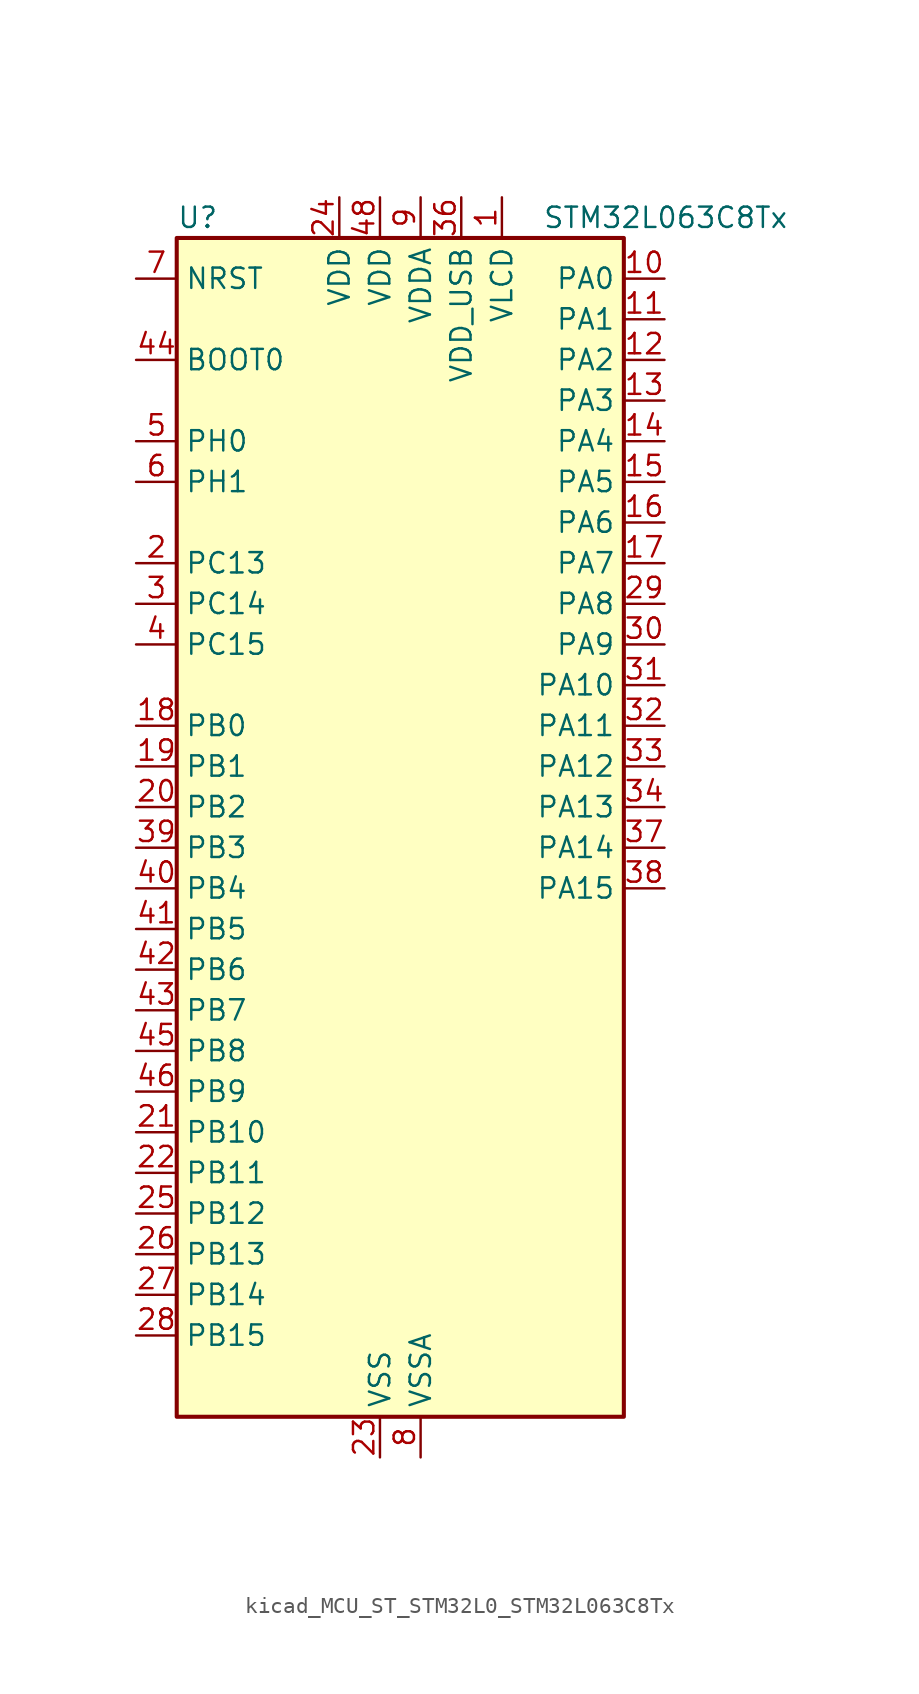
<source format=kicad_sym>
(kicad_symbol_lib
  (version 20220914)
  (generator kicad_symbol_editor)
  (symbol "kicad_MCU_ST_STM32L0_STM32L063C8Tx"
    (property "Reference" "U"
      (at -12.7 39.37 0)
      (effects (font (size 1.27 1.27)) (justify left)))
    (property "Value" "STM32L063C8Tx"
      (at 10.16 39.37 0)
      (effects (font (size 1.27 1.27)) (justify left)))
    (property "ki_locked" ""
      (at 0 0 0)
      (effects (font (size 1.27 1.27))))
    (symbol "kicad_MCU_ST_STM32L0_STM32L063C8Tx_0_1"
      (rectangle (start -12.7 -35.56) (end 15.24 38.1) (stroke (width 0.254) (type default)) (fill (type background))))
    (symbol "kicad_MCU_ST_STM32L0_STM32L063C8Tx_1_1"
      (pin power_in line (at 7.62 40.64 270) (length 2.54) (name "VLCD" (effects (font (size 1.27 1.27)))) (number "1" (effects (font (size 1.27 1.27)))))
      (pin bidirectional line (at 17.78 35.56 180) (length 2.54) (name "PA0" (effects (font (size 1.27 1.27)))) (number "10" (effects (font (size 1.27 1.27)))) (alternate "ADC_IN0" bidirectional line) (alternate "COMP1_INM" bidirectional line) (alternate "COMP1_OUT" bidirectional line) (alternate "RTC_TAMP2" bidirectional line) (alternate "SYS_WKUP1" bidirectional line) (alternate "TIM2_CH1" bidirectional line) (alternate "TIM2_ETR" bidirectional line) (alternate "TSC_G1_IO1" bidirectional line) (alternate "USART2_CTS" bidirectional line))
      (pin bidirectional line (at 17.78 33.02 180) (length 2.54) (name "PA1" (effects (font (size 1.27 1.27)))) (number "11" (effects (font (size 1.27 1.27)))) (alternate "ADC_IN1" bidirectional line) (alternate "COMP1_INP" bidirectional line) (alternate "LCD_SEG0" bidirectional line) (alternate "TIM21_ETR" bidirectional line) (alternate "TIM2_CH2" bidirectional line) (alternate "TSC_G1_IO2" bidirectional line) (alternate "USART2_DE" bidirectional line) (alternate "USART2_RTS" bidirectional line))
      (pin bidirectional line (at 17.78 30.48 180) (length 2.54) (name "PA2" (effects (font (size 1.27 1.27)))) (number "12" (effects (font (size 1.27 1.27)))) (alternate "ADC_IN2" bidirectional line) (alternate "COMP2_INM" bidirectional line) (alternate "COMP2_OUT" bidirectional line) (alternate "LCD_SEG1" bidirectional line) (alternate "TIM21_CH1" bidirectional line) (alternate "TIM2_CH3" bidirectional line) (alternate "TSC_G1_IO3" bidirectional line) (alternate "USART2_TX" bidirectional line))
      (pin bidirectional line (at 17.78 27.94 180) (length 2.54) (name "PA3" (effects (font (size 1.27 1.27)))) (number "13" (effects (font (size 1.27 1.27)))) (alternate "ADC_IN3" bidirectional line) (alternate "COMP2_INP" bidirectional line) (alternate "LCD_SEG2" bidirectional line) (alternate "TIM21_CH2" bidirectional line) (alternate "TIM2_CH4" bidirectional line) (alternate "TSC_G1_IO4" bidirectional line) (alternate "USART2_RX" bidirectional line))
      (pin bidirectional line (at 17.78 25.4 180) (length 2.54) (name "PA4" (effects (font (size 1.27 1.27)))) (number "14" (effects (font (size 1.27 1.27)))) (alternate "ADC_IN4" bidirectional line) (alternate "COMP1_INM" bidirectional line) (alternate "COMP2_INM" bidirectional line) (alternate "DAC_OUT1" bidirectional line) (alternate "SPI1_NSS" bidirectional line) (alternate "TIM22_ETR" bidirectional line) (alternate "TSC_G2_IO1" bidirectional line) (alternate "USART2_CK" bidirectional line))
      (pin bidirectional line (at 17.78 22.86 180) (length 2.54) (name "PA5" (effects (font (size 1.27 1.27)))) (number "15" (effects (font (size 1.27 1.27)))) (alternate "ADC_IN5" bidirectional line) (alternate "COMP1_INM" bidirectional line) (alternate "COMP2_INM" bidirectional line) (alternate "SPI1_SCK" bidirectional line) (alternate "TIM2_CH1" bidirectional line) (alternate "TIM2_ETR" bidirectional line) (alternate "TSC_G2_IO2" bidirectional line))
      (pin bidirectional line (at 17.78 20.32 180) (length 2.54) (name "PA6" (effects (font (size 1.27 1.27)))) (number "16" (effects (font (size 1.27 1.27)))) (alternate "ADC_IN6" bidirectional line) (alternate "COMP1_OUT" bidirectional line) (alternate "LCD_SEG3" bidirectional line) (alternate "LPUART1_CTS" bidirectional line) (alternate "SPI1_MISO" bidirectional line) (alternate "TIM22_CH1" bidirectional line) (alternate "TSC_G2_IO3" bidirectional line))
      (pin bidirectional line (at 17.78 17.78 180) (length 2.54) (name "PA7" (effects (font (size 1.27 1.27)))) (number "17" (effects (font (size 1.27 1.27)))) (alternate "ADC_IN7" bidirectional line) (alternate "COMP2_OUT" bidirectional line) (alternate "LCD_SEG4" bidirectional line) (alternate "SPI1_MOSI" bidirectional line) (alternate "TIM22_CH2" bidirectional line) (alternate "TSC_G2_IO4" bidirectional line))
      (pin bidirectional line (at -15.24 7.62 0) (length 2.54) (name "PB0" (effects (font (size 1.27 1.27)))) (number "18" (effects (font (size 1.27 1.27)))) (alternate "ADC_IN8" bidirectional line) (alternate "LCD_SEG5" bidirectional line) (alternate "LCD_VLCD3" bidirectional line) (alternate "SYS_VREF_OUT_PB0" bidirectional line) (alternate "TSC_G3_IO2" bidirectional line))
      (pin bidirectional line (at -15.24 5.08 0) (length 2.54) (name "PB1" (effects (font (size 1.27 1.27)))) (number "19" (effects (font (size 1.27 1.27)))) (alternate "ADC_IN9" bidirectional line) (alternate "LCD_SEG6" bidirectional line) (alternate "LPUART1_DE" bidirectional line) (alternate "LPUART1_RTS" bidirectional line) (alternate "SYS_VREF_OUT_PB1" bidirectional line) (alternate "TSC_G3_IO3" bidirectional line))
      (pin bidirectional line (at -15.24 17.78 0) (length 2.54) (name "PC13" (effects (font (size 1.27 1.27)))) (number "2" (effects (font (size 1.27 1.27)))) (alternate "RTC_OUT_ALARM" bidirectional line) (alternate "RTC_OUT_CALIB" bidirectional line) (alternate "RTC_TAMP1" bidirectional line) (alternate "RTC_TS" bidirectional line) (alternate "SYS_WKUP2" bidirectional line))
      (pin bidirectional line (at -15.24 2.54 0) (length 2.54) (name "PB2" (effects (font (size 1.27 1.27)))) (number "20" (effects (font (size 1.27 1.27)))) (alternate "LCD_VLCD1" bidirectional line) (alternate "LPTIM1_OUT" bidirectional line) (alternate "TSC_G3_IO4" bidirectional line))
      (pin bidirectional line (at -15.24 -17.78 0) (length 2.54) (name "PB10" (effects (font (size 1.27 1.27)))) (number "21" (effects (font (size 1.27 1.27)))) (alternate "I2C2_SCL" bidirectional line) (alternate "LCD_SEG10" bidirectional line) (alternate "LPUART1_TX" bidirectional line) (alternate "SPI2_SCK" bidirectional line) (alternate "TIM2_CH3" bidirectional line) (alternate "TSC_SYNC" bidirectional line))
      (pin bidirectional line (at -15.24 -20.32 0) (length 2.54) (name "PB11" (effects (font (size 1.27 1.27)))) (number "22" (effects (font (size 1.27 1.27)))) (alternate "ADC_EXTI11" bidirectional line) (alternate "I2C2_SDA" bidirectional line) (alternate "LCD_SEG11" bidirectional line) (alternate "LPUART1_RX" bidirectional line) (alternate "TIM2_CH4" bidirectional line) (alternate "TSC_G6_IO1" bidirectional line))
      (pin power_in line (at 0 -38.1 90) (length 2.54) (name "VSS" (effects (font (size 1.27 1.27)))) (number "23" (effects (font (size 1.27 1.27)))))
      (pin power_in line (at -2.54 40.64 270) (length 2.54) (name "VDD" (effects (font (size 1.27 1.27)))) (number "24" (effects (font (size 1.27 1.27)))))
      (pin bidirectional line (at -15.24 -22.86 0) (length 2.54) (name "PB12" (effects (font (size 1.27 1.27)))) (number "25" (effects (font (size 1.27 1.27)))) (alternate "I2S2_WS" bidirectional line) (alternate "LCD_SEG12" bidirectional line) (alternate "LCD_VLCD2" bidirectional line) (alternate "LPUART1_DE" bidirectional line) (alternate "LPUART1_RTS" bidirectional line) (alternate "SPI2_NSS" bidirectional line) (alternate "TSC_G6_IO2" bidirectional line))
      (pin bidirectional line (at -15.24 -25.4 0) (length 2.54) (name "PB13" (effects (font (size 1.27 1.27)))) (number "26" (effects (font (size 1.27 1.27)))) (alternate "I2C2_SCL" bidirectional line) (alternate "I2S2_CK" bidirectional line) (alternate "LCD_SEG13" bidirectional line) (alternate "LPUART1_CTS" bidirectional line) (alternate "SPI2_SCK" bidirectional line) (alternate "TIM21_CH1" bidirectional line) (alternate "TSC_G6_IO3" bidirectional line))
      (pin bidirectional line (at -15.24 -27.94 0) (length 2.54) (name "PB14" (effects (font (size 1.27 1.27)))) (number "27" (effects (font (size 1.27 1.27)))) (alternate "I2C2_SDA" bidirectional line) (alternate "I2S2_MCK" bidirectional line) (alternate "LCD_SEG14" bidirectional line) (alternate "LPUART1_DE" bidirectional line) (alternate "LPUART1_RTS" bidirectional line) (alternate "RTC_OUT_ALARM" bidirectional line) (alternate "RTC_OUT_CALIB" bidirectional line) (alternate "SPI2_MISO" bidirectional line) (alternate "TIM21_CH2" bidirectional line) (alternate "TSC_G6_IO4" bidirectional line))
      (pin bidirectional line (at -15.24 -30.48 0) (length 2.54) (name "PB15" (effects (font (size 1.27 1.27)))) (number "28" (effects (font (size 1.27 1.27)))) (alternate "I2S2_SD" bidirectional line) (alternate "LCD_SEG15" bidirectional line) (alternate "RTC_REFIN" bidirectional line) (alternate "SPI2_MOSI" bidirectional line))
      (pin bidirectional line (at 17.78 15.24 180) (length 2.54) (name "PA8" (effects (font (size 1.27 1.27)))) (number "29" (effects (font (size 1.27 1.27)))) (alternate "CRS_SYNC" bidirectional line) (alternate "LCD_COM0" bidirectional line) (alternate "RCC_MCO" bidirectional line) (alternate "USART1_CK" bidirectional line))
      (pin bidirectional line (at -15.24 15.24 0) (length 2.54) (name "PC14" (effects (font (size 1.27 1.27)))) (number "3" (effects (font (size 1.27 1.27)))) (alternate "RCC_OSC32_IN" bidirectional line))
      (pin bidirectional line (at 17.78 12.7 180) (length 2.54) (name "PA9" (effects (font (size 1.27 1.27)))) (number "30" (effects (font (size 1.27 1.27)))) (alternate "DAC_EXTI9" bidirectional line) (alternate "LCD_COM1" bidirectional line) (alternate "RCC_MCO" bidirectional line) (alternate "TSC_G4_IO1" bidirectional line) (alternate "USART1_TX" bidirectional line))
      (pin bidirectional line (at 17.78 10.16 180) (length 2.54) (name "PA10" (effects (font (size 1.27 1.27)))) (number "31" (effects (font (size 1.27 1.27)))) (alternate "LCD_COM2" bidirectional line) (alternate "TSC_G4_IO2" bidirectional line) (alternate "USART1_RX" bidirectional line))
      (pin bidirectional line (at 17.78 7.62 180) (length 2.54) (name "PA11" (effects (font (size 1.27 1.27)))) (number "32" (effects (font (size 1.27 1.27)))) (alternate "ADC_EXTI11" bidirectional line) (alternate "COMP1_OUT" bidirectional line) (alternate "SPI1_MISO" bidirectional line) (alternate "TSC_G4_IO3" bidirectional line) (alternate "USART1_CTS" bidirectional line) (alternate "USB_DM" bidirectional line))
      (pin bidirectional line (at 17.78 5.08 180) (length 2.54) (name "PA12" (effects (font (size 1.27 1.27)))) (number "33" (effects (font (size 1.27 1.27)))) (alternate "COMP2_OUT" bidirectional line) (alternate "SPI1_MOSI" bidirectional line) (alternate "TSC_G4_IO4" bidirectional line) (alternate "USART1_DE" bidirectional line) (alternate "USART1_RTS" bidirectional line) (alternate "USB_DP" bidirectional line))
      (pin bidirectional line (at 17.78 2.54 180) (length 2.54) (name "PA13" (effects (font (size 1.27 1.27)))) (number "34" (effects (font (size 1.27 1.27)))) (alternate "SYS_SWDIO" bidirectional line) (alternate "USB_NOE" bidirectional line))
      (pin passive line (at 0 -38.1 90) (length 2.54) hide (name "VSS" (effects (font (size 1.27 1.27)))) (number "35" (effects (font (size 1.27 1.27)))))
      (pin power_in line (at 5.08 40.64 270) (length 2.54) (name "VDD_USB" (effects (font (size 1.27 1.27)))) (number "36" (effects (font (size 1.27 1.27)))))
      (pin bidirectional line (at 17.78 0 180) (length 2.54) (name "PA14" (effects (font (size 1.27 1.27)))) (number "37" (effects (font (size 1.27 1.27)))) (alternate "SYS_SWCLK" bidirectional line) (alternate "USART2_TX" bidirectional line))
      (pin bidirectional line (at 17.78 -2.54 180) (length 2.54) (name "PA15" (effects (font (size 1.27 1.27)))) (number "38" (effects (font (size 1.27 1.27)))) (alternate "LCD_SEG17" bidirectional line) (alternate "SPI1_NSS" bidirectional line) (alternate "TIM2_CH1" bidirectional line) (alternate "TIM2_ETR" bidirectional line) (alternate "USART2_RX" bidirectional line))
      (pin bidirectional line (at -15.24 0 0) (length 2.54) (name "PB3" (effects (font (size 1.27 1.27)))) (number "39" (effects (font (size 1.27 1.27)))) (alternate "COMP2_INM" bidirectional line) (alternate "LCD_SEG7" bidirectional line) (alternate "SPI1_SCK" bidirectional line) (alternate "TIM2_CH2" bidirectional line) (alternate "TSC_G5_IO1" bidirectional line))
      (pin bidirectional line (at -15.24 12.7 0) (length 2.54) (name "PC15" (effects (font (size 1.27 1.27)))) (number "4" (effects (font (size 1.27 1.27)))) (alternate "RCC_OSC32_OUT" bidirectional line))
      (pin bidirectional line (at -15.24 -2.54 0) (length 2.54) (name "PB4" (effects (font (size 1.27 1.27)))) (number "40" (effects (font (size 1.27 1.27)))) (alternate "COMP2_INP" bidirectional line) (alternate "LCD_SEG8" bidirectional line) (alternate "SPI1_MISO" bidirectional line) (alternate "TIM22_CH1" bidirectional line) (alternate "TSC_G5_IO2" bidirectional line))
      (pin bidirectional line (at -15.24 -5.08 0) (length 2.54) (name "PB5" (effects (font (size 1.27 1.27)))) (number "41" (effects (font (size 1.27 1.27)))) (alternate "COMP2_INP" bidirectional line) (alternate "I2C1_SMBA" bidirectional line) (alternate "LCD_SEG9" bidirectional line) (alternate "LPTIM1_IN1" bidirectional line) (alternate "SPI1_MOSI" bidirectional line) (alternate "TIM22_CH2" bidirectional line))
      (pin bidirectional line (at -15.24 -7.62 0) (length 2.54) (name "PB6" (effects (font (size 1.27 1.27)))) (number "42" (effects (font (size 1.27 1.27)))) (alternate "COMP2_INP" bidirectional line) (alternate "I2C1_SCL" bidirectional line) (alternate "LPTIM1_ETR" bidirectional line) (alternate "TSC_G5_IO3" bidirectional line) (alternate "USART1_TX" bidirectional line))
      (pin bidirectional line (at -15.24 -10.16 0) (length 2.54) (name "PB7" (effects (font (size 1.27 1.27)))) (number "43" (effects (font (size 1.27 1.27)))) (alternate "COMP2_INP" bidirectional line) (alternate "I2C1_SDA" bidirectional line) (alternate "LPTIM1_IN2" bidirectional line) (alternate "SYS_PVD_IN" bidirectional line) (alternate "TSC_G5_IO4" bidirectional line) (alternate "USART1_RX" bidirectional line))
      (pin input line (at -15.24 30.48 0) (length 2.54) (name "BOOT0" (effects (font (size 1.27 1.27)))) (number "44" (effects (font (size 1.27 1.27)))))
      (pin bidirectional line (at -15.24 -12.7 0) (length 2.54) (name "PB8" (effects (font (size 1.27 1.27)))) (number "45" (effects (font (size 1.27 1.27)))) (alternate "I2C1_SCL" bidirectional line) (alternate "LCD_SEG16" bidirectional line) (alternate "TSC_SYNC" bidirectional line))
      (pin bidirectional line (at -15.24 -15.24 0) (length 2.54) (name "PB9" (effects (font (size 1.27 1.27)))) (number "46" (effects (font (size 1.27 1.27)))) (alternate "DAC_EXTI9" bidirectional line) (alternate "I2C1_SDA" bidirectional line) (alternate "I2S2_WS" bidirectional line) (alternate "LCD_COM3" bidirectional line) (alternate "SPI2_NSS" bidirectional line))
      (pin passive line (at 0 -38.1 90) (length 2.54) hide (name "VSS" (effects (font (size 1.27 1.27)))) (number "47" (effects (font (size 1.27 1.27)))))
      (pin power_in line (at 0 40.64 270) (length 2.54) (name "VDD" (effects (font (size 1.27 1.27)))) (number "48" (effects (font (size 1.27 1.27)))))
      (pin bidirectional line (at -15.24 25.4 0) (length 2.54) (name "PH0" (effects (font (size 1.27 1.27)))) (number "5" (effects (font (size 1.27 1.27)))) (alternate "CRS_SYNC" bidirectional line) (alternate "RCC_OSC_IN" bidirectional line))
      (pin bidirectional line (at -15.24 22.86 0) (length 2.54) (name "PH1" (effects (font (size 1.27 1.27)))) (number "6" (effects (font (size 1.27 1.27)))) (alternate "RCC_OSC_OUT" bidirectional line))
      (pin input line (at -15.24 35.56 0) (length 2.54) (name "NRST" (effects (font (size 1.27 1.27)))) (number "7" (effects (font (size 1.27 1.27)))))
      (pin power_in line (at 2.54 -38.1 90) (length 2.54) (name "VSSA" (effects (font (size 1.27 1.27)))) (number "8" (effects (font (size 1.27 1.27)))))
      (pin power_in line (at 2.54 40.64 270) (length 2.54) (name "VDDA" (effects (font (size 1.27 1.27)))) (number "9" (effects (font (size 1.27 1.27))))))))
</source>
